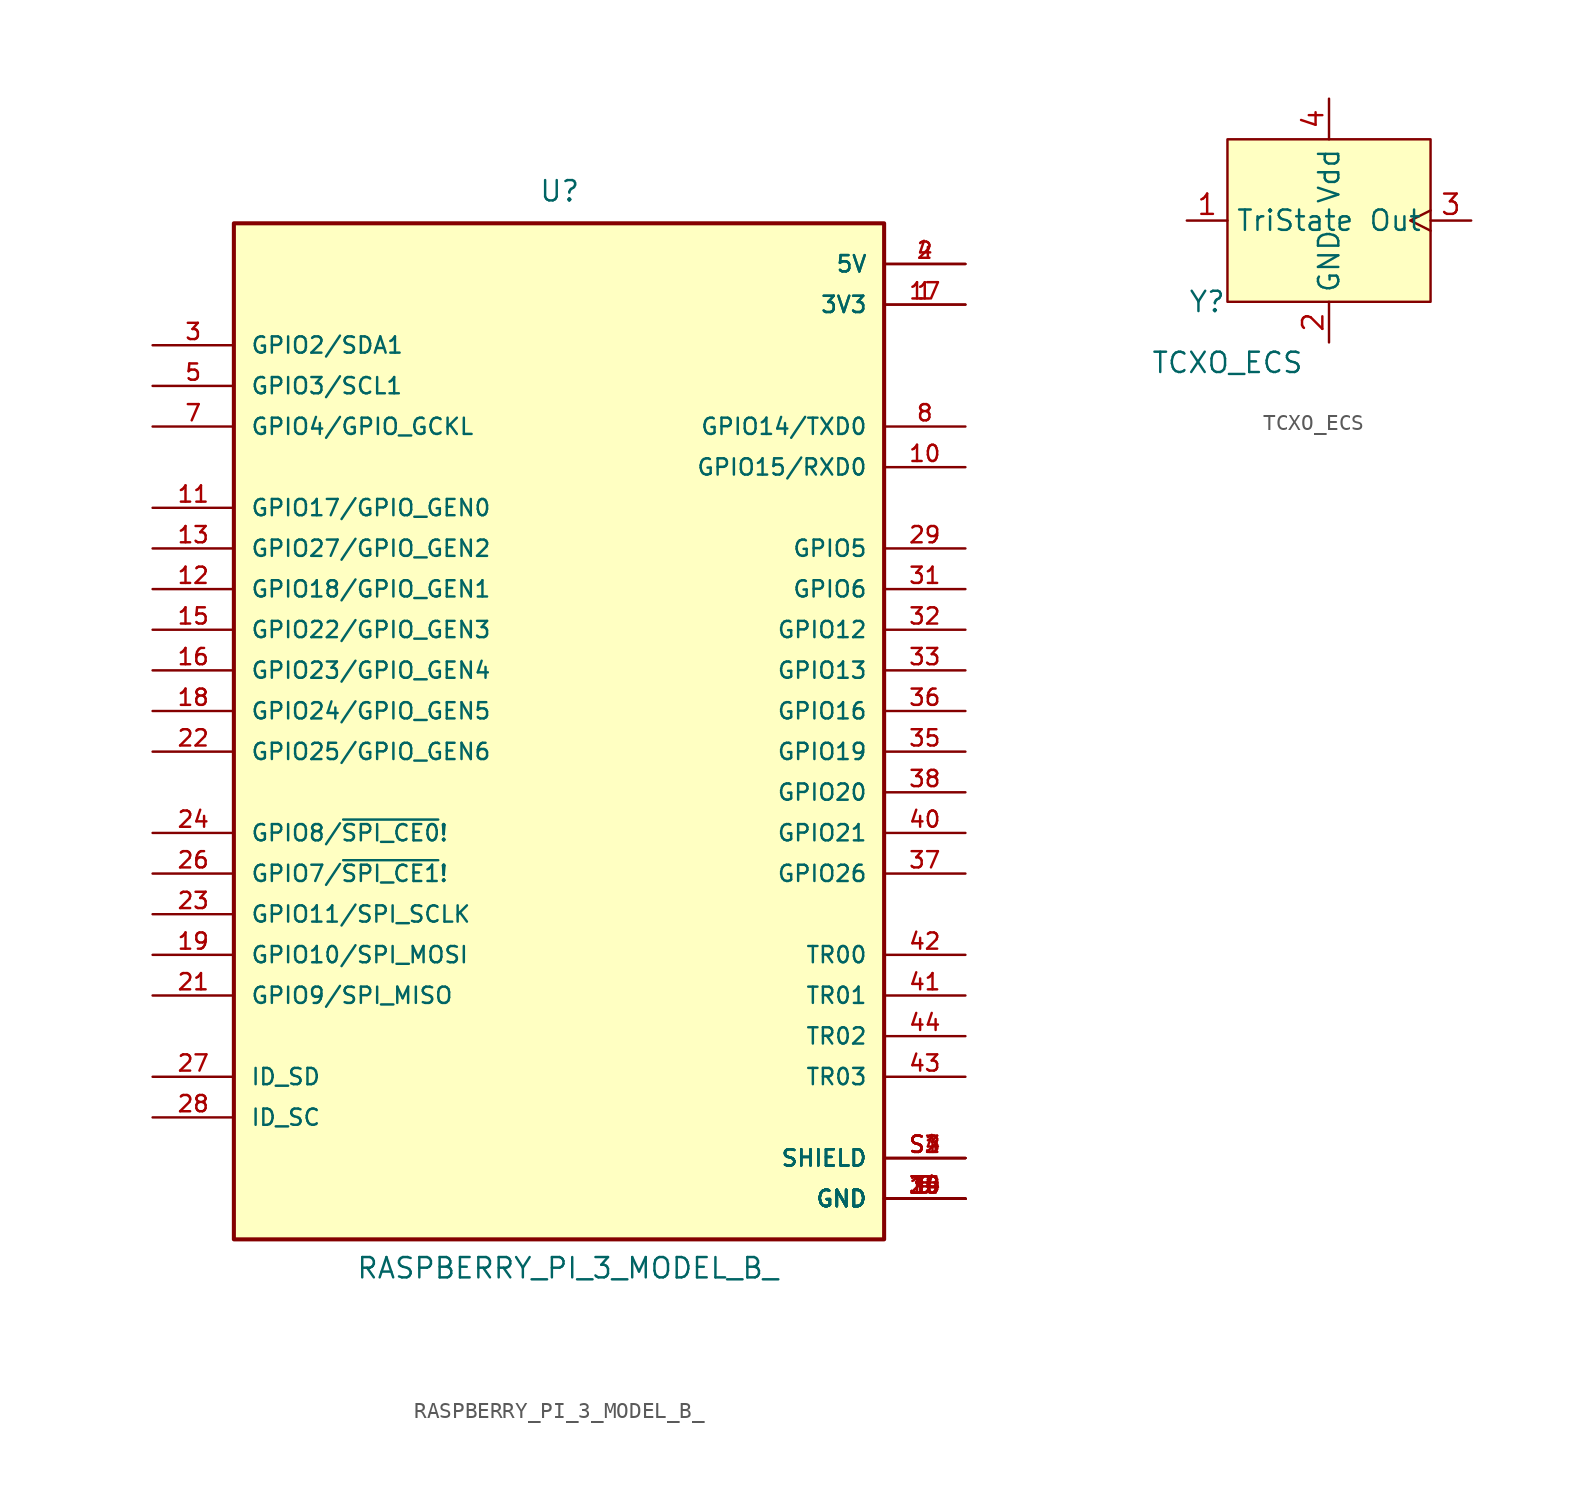
<source format=kicad_sym>
(kicad_symbol_lib
  (version 20231120)
  (generator "kicad_symbol_editor")
  (generator_version "8.0")
  (symbol "RASPBERRY_PI_3_MODEL_B_"
    (pin_names
      (offset 1.016))
    (property "Reference" "U"
      (at -1.27 34.29 0)
      (effects (font (size 1.27 1.27)) (justify left bottom)))
    (property "Value" "RASPBERRY_PI_3_MODEL_B_"
      (at -12.7 -33.02 0)
      (effects (font (size 1.27 1.27)) (justify left bottom)))
    (symbol "RASPBERRY_PI_3_MODEL_B__0_0"
      (rectangle (start -20.32 33.02) (end 20.32 -30.48) (stroke (width 0.254) (type default)) (fill (type background)))
      (pin power_in line (at 25.4 27.94 180) (length 5.08) (name "3V3" (effects (font (size 1.016 1.016)))) (number "1" (effects (font (size 1.016 1.016)))))
      (pin bidirectional line (at 25.4 17.78 180) (length 5.08) (name "GPIO15/RXD0" (effects (font (size 1.016 1.016)))) (number "10" (effects (font (size 1.016 1.016)))))
      (pin bidirectional line (at -25.4 15.24 0) (length 5.08) (name "GPIO17/GPIO_GEN0" (effects (font (size 1.016 1.016)))) (number "11" (effects (font (size 1.016 1.016)))))
      (pin bidirectional line (at -25.4 10.16 0) (length 5.08) (name "GPIO18/GPIO_GEN1" (effects (font (size 1.016 1.016)))) (number "12" (effects (font (size 1.016 1.016)))))
      (pin bidirectional line (at -25.4 12.7 0) (length 5.08) (name "GPIO27/GPIO_GEN2" (effects (font (size 1.016 1.016)))) (number "13" (effects (font (size 1.016 1.016)))))
      (pin power_in line (at 25.4 -27.94 180) (length 5.08) (name "GND" (effects (font (size 1.016 1.016)))) (number "14" (effects (font (size 1.016 1.016)))))
      (pin bidirectional line (at -25.4 7.62 0) (length 5.08) (name "GPIO22/GPIO_GEN3" (effects (font (size 1.016 1.016)))) (number "15" (effects (font (size 1.016 1.016)))))
      (pin bidirectional line (at -25.4 5.08 0) (length 5.08) (name "GPIO23/GPIO_GEN4" (effects (font (size 1.016 1.016)))) (number "16" (effects (font (size 1.016 1.016)))))
      (pin power_in line (at 25.4 27.94 180) (length 5.08) (name "3V3" (effects (font (size 1.016 1.016)))) (number "17" (effects (font (size 1.016 1.016)))))
      (pin bidirectional line (at -25.4 2.54 0) (length 5.08) (name "GPIO24/GPIO_GEN5" (effects (font (size 1.016 1.016)))) (number "18" (effects (font (size 1.016 1.016)))))
      (pin bidirectional line (at -25.4 -12.7 0) (length 5.08) (name "GPIO10/SPI_MOSI" (effects (font (size 1.016 1.016)))) (number "19" (effects (font (size 1.016 1.016)))))
      (pin power_in line (at 25.4 30.48 180) (length 5.08) (name "5V" (effects (font (size 1.016 1.016)))) (number "2" (effects (font (size 1.016 1.016)))))
      (pin power_in line (at 25.4 -27.94 180) (length 5.08) (name "GND" (effects (font (size 1.016 1.016)))) (number "20" (effects (font (size 1.016 1.016)))))
      (pin bidirectional line (at -25.4 -15.24 0) (length 5.08) (name "GPIO9/SPI_MISO" (effects (font (size 1.016 1.016)))) (number "21" (effects (font (size 1.016 1.016)))))
      (pin bidirectional line (at -25.4 0 0) (length 5.08) (name "GPIO25/GPIO_GEN6" (effects (font (size 1.016 1.016)))) (number "22" (effects (font (size 1.016 1.016)))))
      (pin bidirectional line (at -25.4 -10.16 0) (length 5.08) (name "GPIO11/SPI_SCLK" (effects (font (size 1.016 1.016)))) (number "23" (effects (font (size 1.016 1.016)))))
      (pin bidirectional line (at -25.4 -5.08 0) (length 5.08) (name "GPIO8/~{SPI_CE0}!" (effects (font (size 1.016 1.016)))) (number "24" (effects (font (size 1.016 1.016)))))
      (pin power_in line (at 25.4 -27.94 180) (length 5.08) (name "GND" (effects (font (size 1.016 1.016)))) (number "25" (effects (font (size 1.016 1.016)))))
      (pin bidirectional line (at -25.4 -7.62 0) (length 5.08) (name "GPIO7/~{SPI_CE1}!" (effects (font (size 1.016 1.016)))) (number "26" (effects (font (size 1.016 1.016)))))
      (pin bidirectional line (at -25.4 -20.32 0) (length 5.08) (name "ID_SD" (effects (font (size 1.016 1.016)))) (number "27" (effects (font (size 1.016 1.016)))))
      (pin bidirectional line (at -25.4 -22.86 0) (length 5.08) (name "ID_SC" (effects (font (size 1.016 1.016)))) (number "28" (effects (font (size 1.016 1.016)))))
      (pin bidirectional line (at 25.4 12.7 180) (length 5.08) (name "GPIO5" (effects (font (size 1.016 1.016)))) (number "29" (effects (font (size 1.016 1.016)))))
      (pin bidirectional line (at -25.4 25.4 0) (length 5.08) (name "GPIO2/SDA1" (effects (font (size 1.016 1.016)))) (number "3" (effects (font (size 1.016 1.016)))))
      (pin power_in line (at 25.4 -27.94 180) (length 5.08) (name "GND" (effects (font (size 1.016 1.016)))) (number "30" (effects (font (size 1.016 1.016)))))
      (pin bidirectional line (at 25.4 10.16 180) (length 5.08) (name "GPIO6" (effects (font (size 1.016 1.016)))) (number "31" (effects (font (size 1.016 1.016)))))
      (pin bidirectional line (at 25.4 7.62 180) (length 5.08) (name "GPIO12" (effects (font (size 1.016 1.016)))) (number "32" (effects (font (size 1.016 1.016)))))
      (pin bidirectional line (at 25.4 5.08 180) (length 5.08) (name "GPIO13" (effects (font (size 1.016 1.016)))) (number "33" (effects (font (size 1.016 1.016)))))
      (pin power_in line (at 25.4 -27.94 180) (length 5.08) (name "GND" (effects (font (size 1.016 1.016)))) (number "34" (effects (font (size 1.016 1.016)))))
      (pin bidirectional line (at 25.4 0 180) (length 5.08) (name "GPIO19" (effects (font (size 1.016 1.016)))) (number "35" (effects (font (size 1.016 1.016)))))
      (pin bidirectional line (at 25.4 2.54 180) (length 5.08) (name "GPIO16" (effects (font (size 1.016 1.016)))) (number "36" (effects (font (size 1.016 1.016)))))
      (pin bidirectional line (at 25.4 -7.62 180) (length 5.08) (name "GPIO26" (effects (font (size 1.016 1.016)))) (number "37" (effects (font (size 1.016 1.016)))))
      (pin bidirectional line (at 25.4 -2.54 180) (length 5.08) (name "GPIO20" (effects (font (size 1.016 1.016)))) (number "38" (effects (font (size 1.016 1.016)))))
      (pin power_in line (at 25.4 -27.94 180) (length 5.08) (name "GND" (effects (font (size 1.016 1.016)))) (number "39" (effects (font (size 1.016 1.016)))))
      (pin power_in line (at 25.4 30.48 180) (length 5.08) (name "5V" (effects (font (size 1.016 1.016)))) (number "4" (effects (font (size 1.016 1.016)))))
      (pin bidirectional line (at 25.4 -5.08 180) (length 5.08) (name "GPIO21" (effects (font (size 1.016 1.016)))) (number "40" (effects (font (size 1.016 1.016)))))
      (pin bidirectional line (at 25.4 -15.24 180) (length 5.08) (name "TR01" (effects (font (size 1.016 1.016)))) (number "41" (effects (font (size 1.016 1.016)))))
      (pin bidirectional line (at 25.4 -12.7 180) (length 5.08) (name "TR00" (effects (font (size 1.016 1.016)))) (number "42" (effects (font (size 1.016 1.016)))))
      (pin bidirectional line (at 25.4 -20.32 180) (length 5.08) (name "TR03" (effects (font (size 1.016 1.016)))) (number "43" (effects (font (size 1.016 1.016)))))
      (pin bidirectional line (at 25.4 -17.78 180) (length 5.08) (name "TR02" (effects (font (size 1.016 1.016)))) (number "44" (effects (font (size 1.016 1.016)))))
      (pin bidirectional line (at -25.4 22.86 0) (length 5.08) (name "GPIO3/SCL1" (effects (font (size 1.016 1.016)))) (number "5" (effects (font (size 1.016 1.016)))))
      (pin power_in line (at 25.4 -27.94 180) (length 5.08) (name "GND" (effects (font (size 1.016 1.016)))) (number "6" (effects (font (size 1.016 1.016)))))
      (pin bidirectional line (at -25.4 20.32 0) (length 5.08) (name "GPIO4/GPIO_GCKL" (effects (font (size 1.016 1.016)))) (number "7" (effects (font (size 1.016 1.016)))))
      (pin bidirectional line (at 25.4 20.32 180) (length 5.08) (name "GPIO14/TXD0" (effects (font (size 1.016 1.016)))) (number "8" (effects (font (size 1.016 1.016)))))
      (pin power_in line (at 25.4 -27.94 180) (length 5.08) (name "GND" (effects (font (size 1.016 1.016)))) (number "9" (effects (font (size 1.016 1.016)))))
      (pin power_in line (at 25.4 -25.4 180) (length 5.08) (name "SHIELD" (effects (font (size 1.016 1.016)))) (number "S1" (effects (font (size 1.016 1.016)))))
      (pin power_in line (at 25.4 -25.4 180) (length 5.08) (name "SHIELD" (effects (font (size 1.016 1.016)))) (number "S2" (effects (font (size 1.016 1.016)))))
      (pin power_in line (at 25.4 -25.4 180) (length 5.08) (name "SHIELD" (effects (font (size 1.016 1.016)))) (number "S3" (effects (font (size 1.016 1.016)))))
      (pin power_in line (at 25.4 -25.4 180) (length 5.08) (name "SHIELD" (effects (font (size 1.016 1.016)))) (number "S4" (effects (font (size 1.016 1.016)))))))
  (symbol "TCXO_ECS"
    (property "Reference" "Y"
      (at -1.27 -3.81 0)
      (effects (font (size 1.27 1.27))))
    (property "Value" "TCXO_ECS"
      (at 0 -7.62 0)
      (effects (font (size 1.27 1.27))))
    (symbol "TCXO_ECS_1_0"
      (rectangle (start 0 6.35) (end 12.7 -3.81) (stroke (width 0) (type default)) (fill (type background)))
      (pin input line (at -2.54 1.27 0) (length 2.54) (name "TriState" (effects (font (size 1.27 1.27)))) (number "1" (effects (font (size 1.27 1.27)))))
      (pin passive line (at 6.35 -6.35 90) (length 2.54) (name "GND" (effects (font (size 1.27 1.27)))) (number "2" (effects (font (size 1.27 1.27)))))
      (pin output clock (at 15.24 1.27 180) (length 2.54) (name "Out" (effects (font (size 1.27 1.27)))) (number "3" (effects (font (size 1.27 1.27)))))
      (pin passive line (at 6.35 8.89 270) (length 2.54) (name "Vdd" (effects (font (size 1.27 1.27)))) (number "4" (effects (font (size 1.27 1.27))))))))
</source>
